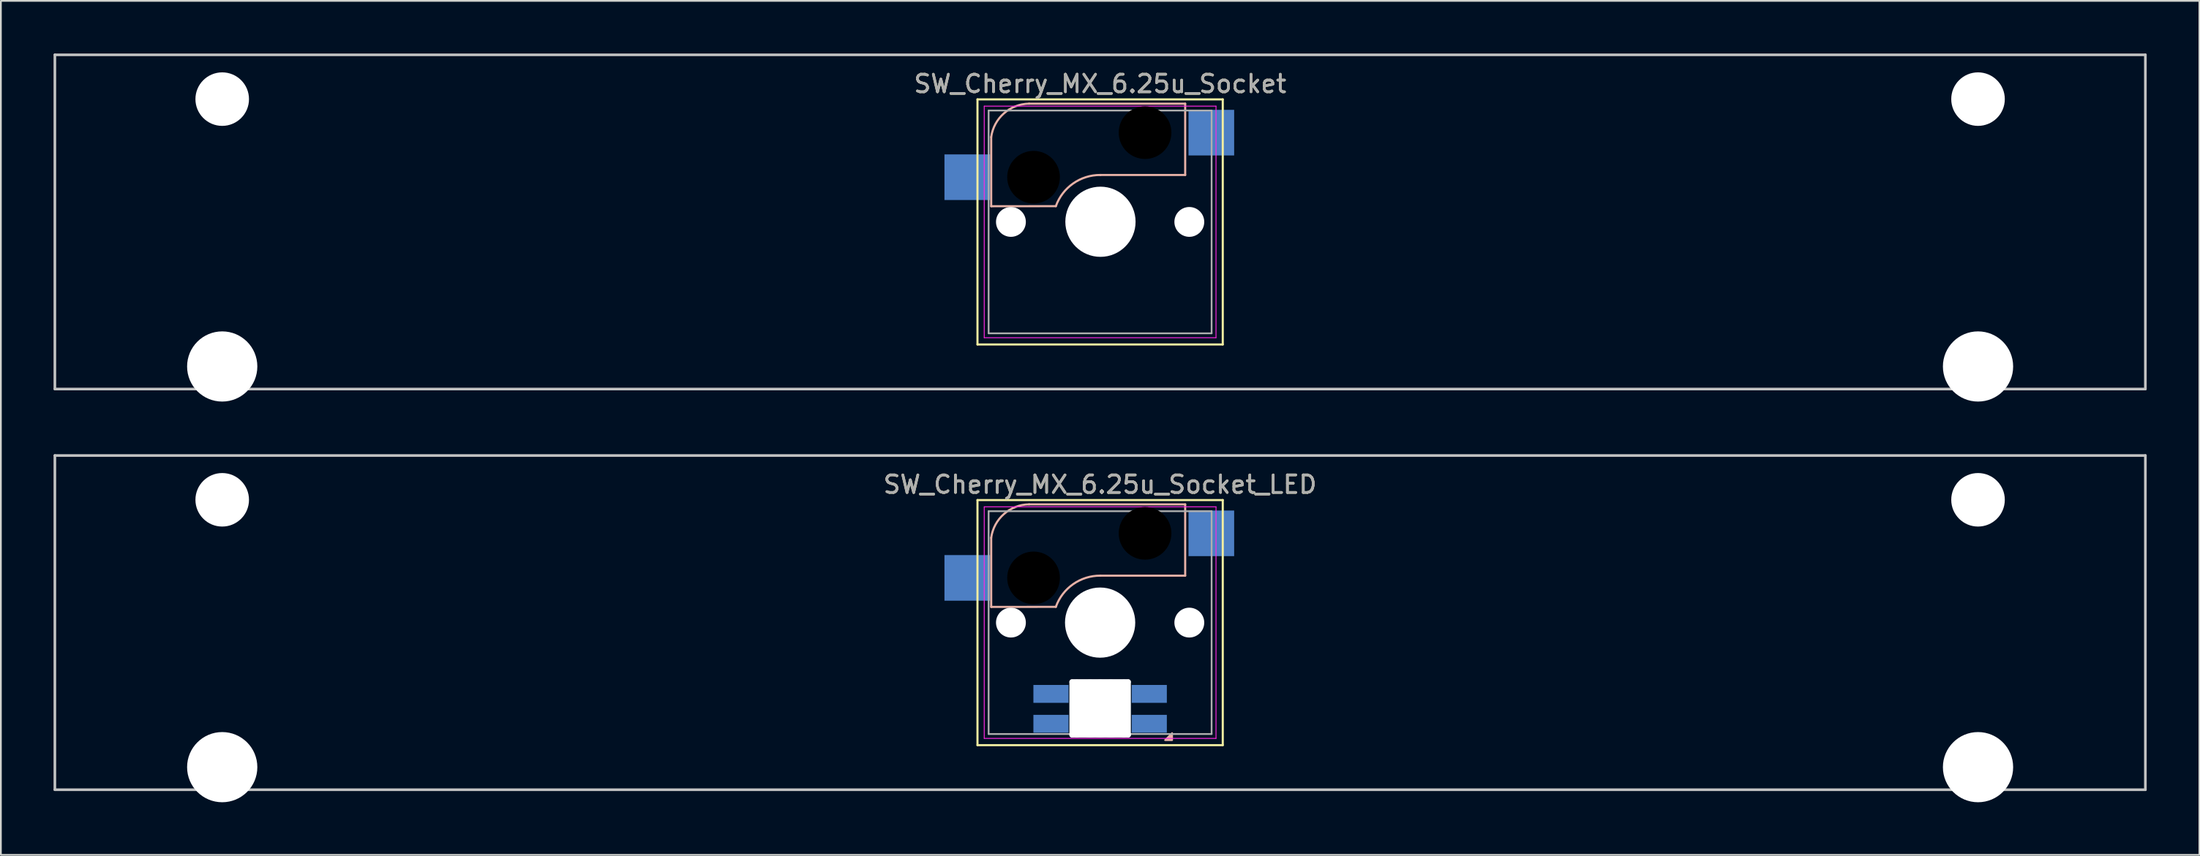
<source format=kicad_pcb>
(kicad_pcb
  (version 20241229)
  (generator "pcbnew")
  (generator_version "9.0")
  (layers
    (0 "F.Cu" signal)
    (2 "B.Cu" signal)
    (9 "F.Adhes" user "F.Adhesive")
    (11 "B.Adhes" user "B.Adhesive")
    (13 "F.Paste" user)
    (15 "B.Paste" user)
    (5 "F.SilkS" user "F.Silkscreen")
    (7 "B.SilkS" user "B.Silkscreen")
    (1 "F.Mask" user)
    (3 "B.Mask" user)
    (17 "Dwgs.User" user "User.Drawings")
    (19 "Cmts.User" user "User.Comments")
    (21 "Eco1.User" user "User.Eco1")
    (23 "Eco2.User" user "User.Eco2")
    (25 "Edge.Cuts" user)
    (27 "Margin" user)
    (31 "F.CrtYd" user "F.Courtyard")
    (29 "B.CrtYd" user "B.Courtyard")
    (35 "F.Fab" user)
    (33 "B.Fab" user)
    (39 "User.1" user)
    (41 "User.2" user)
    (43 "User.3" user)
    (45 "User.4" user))
  (footprint "SW_Cherry_MX_6.25u_Socket_LED"
    (layer "F.Cu")
    (at 62.146 27.36)
    (property "Reference" "SW_Cherry_MX_6.25u_Socket_LED" (at -2.54 -2.794 0) (layer "F.SilkS") (effects (font (size 1 1) (thickness 0.15))))
    (attr through_hole)
    (fp_line (start -9.525 -1.905) (end 4.445 -1.905) (stroke (width 0.12) (type solid)) (layer "F.SilkS"))
    (fp_line (start -9.525 12.065) (end -9.525 -1.905) (stroke (width 0.12) (type solid)) (layer "F.SilkS"))
    (fp_line (start 4.445 -1.905) (end 4.445 12.065) (stroke (width 0.12) (type solid)) (layer "F.SilkS"))
    (fp_line (start 4.445 12.065) (end -9.525 12.065) (stroke (width 0.12) (type solid)) (layer "F.SilkS"))
    (fp_line (start -8.744 4.186) (end -8.744 0.245) (stroke (width 0.12) (type solid)) (layer "B.SilkS"))
    (fp_line (start -8.744 4.186) (end -5.061 4.182) (stroke (width 0.12) (type solid)) (layer "B.SilkS"))
    (fp_line (start -2.521 2.404) (end 2.305 2.404) (stroke (width 0.12) (type solid)) (layer "B.SilkS"))
    (fp_line (start 2.305 -1.66) (end -6.585 -1.66) (stroke (width 0.12) (type solid)) (layer "B.SilkS"))
    (fp_line (start 2.305 2.404) (end 2.305 -1.66) (stroke (width 0.12) (type solid)) (layer "B.SilkS"))
    (fp_arc (start -8.74408 0.244744) (mid -8.018786 -1.10919) (end -6.58508 -1.660256) (stroke (width 0.12) (type solid)) (layer "B.SilkS"))
    (fp_arc (start -5.06108 4.181744) (mid -4.074771 2.887471) (end -2.52108 2.403744) (stroke (width 0.12) (type solid)) (layer "B.SilkS"))
    (fp_poly (pts (xy 1.56 11.38) (xy 1.56 11.78) (xy 1.16 11.78)) (stroke (width 0.1) (type solid)) (fill yes) (layer "B.SilkS"))
    (fp_line (start -62.071 -4.445) (end 56.991 -4.445) (stroke (width 0.15) (type solid)) (layer "Dwgs.User"))
    (fp_line (start -62.071 14.605) (end -62.071 -4.445) (stroke (width 0.15) (type solid)) (layer "Dwgs.User"))
    (fp_line (start 56.991 -4.445) (end 56.991 14.605) (stroke (width 0.15) (type solid)) (layer "Dwgs.User"))
    (fp_line (start 56.991 14.605) (end -62.071 14.605) (stroke (width 0.15) (type solid)) (layer "Dwgs.User"))
    (fp_line (start -9.14 -1.52) (end 4.06 -1.52) (stroke (width 0.05) (type solid)) (layer "F.CrtYd"))
    (fp_line (start -9.14 11.68) (end -9.14 -1.52) (stroke (width 0.05) (type solid)) (layer "F.CrtYd"))
    (fp_line (start 4.06 -1.52) (end 4.06 11.68) (stroke (width 0.05) (type solid)) (layer "F.CrtYd"))
    (fp_line (start 4.06 11.68) (end -9.14 11.68) (stroke (width 0.05) (type solid)) (layer "F.CrtYd"))
    (fp_line (start -8.89 -1.27) (end 3.81 -1.27) (stroke (width 0.1) (type solid)) (layer "F.Fab"))
    (fp_line (start -8.89 11.43) (end -8.89 -1.27) (stroke (width 0.1) (type solid)) (layer "F.Fab"))
    (fp_line (start 3.81 -1.27) (end 3.81 11.43) (stroke (width 0.1) (type solid)) (layer "F.Fab"))
    (fp_line (start 3.81 11.43) (end -8.89 11.43) (stroke (width 0.1) (type solid)) (layer "F.Fab"))
    (fp_text user "${REFERENCE}" (at -2.54 -2.794 0) (layer "F.Fab") (effects (font (size 1 1) (thickness 0.15))))
    (pad "" np_thru_hole circle (at -52.54 -1.92) (size 3.05 3.05) (drill 3.05) (layers "*.Cu" "*.Mask"))
    (pad "" np_thru_hole circle (at -52.54 13.32) (size 4 4) (drill 4) (layers "*.Cu" "*.Mask"))
    (pad "" np_thru_hole circle (at -7.62 5.08) (size 1.7 1.7) (drill 1.7) (layers "*.Cu" "*.Mask"))
    (pad "" np_thru_hole circle (at -6.331 2.531 180) (size 3 3) (drill 3) (layers "*.Mask"))
    (pad "" np_thru_hole oval (at -4.14 9.98 180) (size 0.3 3.3) (drill oval 0.3 3.3) (layers "*.Cu" "*.Mask"))
    (pad "" np_thru_hole oval (at -3.865 9.98 180) (size 0.5 3.3) (drill oval 0.5 3.3) (layers "*.Cu" "*.Mask"))
    (pad "" np_thru_hole oval (at -3.115 9.98 180) (size 1.7 3.3) (drill oval 1.7 3.3) (layers "*.Cu" "*.Mask"))
    (pad "" np_thru_hole circle (at -2.54 5.08 90) (size 4 4) (drill 4) (layers "*.Cu" "*.Mask"))
    (pad "" np_thru_hole oval (at -2.54 8.455 90) (size 0.3 3.5) (drill oval 0.3 3.5) (layers "*.Cu" "*.Mask"))
    (pad "" np_thru_hole oval (at -2.54 9.98 180) (size 1.7 3.3) (drill oval 1.7 3.3) (layers "*.Cu" "*.Mask"))
    (pad "" np_thru_hole oval (at -2.54 11.48 90) (size 0.3 3.5) (drill oval 0.3 3.5) (layers "*.Cu" "*.Mask"))
    (pad "" np_thru_hole oval (at -1.94 9.98 180) (size 1.65 3.3) (drill oval 1.65 3.3) (layers "*.Cu" "*.Mask"))
    (pad "" np_thru_hole oval (at -1.19 9.98) (size 0.5 3.3) (drill oval 0.5 3.3) (layers "*.Cu" "*.Mask"))
    (pad "" np_thru_hole oval (at -0.94 9.98 180) (size 0.3 3.3) (drill oval 0.3 3.3) (layers "*.Cu" "*.Mask"))
    (pad "" np_thru_hole circle (at 0.019 -0.009 180) (size 3 3) (drill 3) (layers "*.Mask"))
    (pad "" np_thru_hole circle (at 2.54 5.08) (size 1.7 1.7) (drill 1.7) (layers "*.Cu" "*.Mask"))
    (pad "" np_thru_hole circle (at 47.46 -1.92) (size 3.05 3.05) (drill 3.05) (layers "*.Cu" "*.Mask"))
    (pad "" np_thru_hole circle (at 47.46 13.32) (size 4 4) (drill 4) (layers "*.Cu" "*.Mask"))
    (pad "1" smd rect (at 3.794 -0.009 180) (size 2.6 2.6) (layers "B.Cu" "B.Mask" "B.Paste"))
    (pad "2" smd rect (at -10.106 2.531 180) (size 2.6 2.6) (layers "B.Cu" "B.Mask" "B.Paste"))
    (pad "3" smd rect (at -5.34 9.144 180) (size 2 1.02) (layers "B.Cu" "B.Mask" "B.Paste"))
    (pad "4" smd rect (at -5.34 10.848 180) (size 2 1.02) (layers "B.Cu" "B.Mask" "B.Paste"))
    (pad "5" smd rect (at 0.26 10.848 180) (size 2 1.02) (layers "B.Cu" "B.Mask" "B.Paste"))
    (pad "6" smd rect (at 0.26 9.144 180) (size 2 1.02) (layers "B.Cu" "B.Mask" "B.Paste")))
  (footprint "SW_Cherry_MX_6.25u_Socket"
    (layer "F.Cu")
    (at 62.146 4.52)
    (property "Reference" "SW_Cherry_MX_6.25u_Socket" (at -2.54 -2.794 0) (layer "F.SilkS") (effects (font (size 1 1) (thickness 0.15))))
    (attr through_hole)
    (fp_line (start -9.525 -1.905) (end 4.445 -1.905) (stroke (width 0.12) (type solid)) (layer "F.SilkS"))
    (fp_line (start -9.525 12.065) (end -9.525 -1.905) (stroke (width 0.12) (type solid)) (layer "F.SilkS"))
    (fp_line (start 4.445 -1.905) (end 4.445 12.065) (stroke (width 0.12) (type solid)) (layer "F.SilkS"))
    (fp_line (start 4.445 12.065) (end -9.525 12.065) (stroke (width 0.12) (type solid)) (layer "F.SilkS"))
    (fp_line (start -8.744 4.186) (end -8.744 0.245) (stroke (width 0.12) (type solid)) (layer "B.SilkS"))
    (fp_line (start -8.744 4.186) (end -5.061 4.182) (stroke (width 0.12) (type solid)) (layer "B.SilkS"))
    (fp_line (start -2.521 2.404) (end 2.305 2.404) (stroke (width 0.12) (type solid)) (layer "B.SilkS"))
    (fp_line (start 2.305 -1.66) (end -6.585 -1.66) (stroke (width 0.12) (type solid)) (layer "B.SilkS"))
    (fp_line (start 2.305 2.404) (end 2.305 -1.66) (stroke (width 0.12) (type solid)) (layer "B.SilkS"))
    (fp_arc (start -8.74408 0.244744) (mid -8.018786 -1.10919) (end -6.58508 -1.660256) (stroke (width 0.12) (type solid)) (layer "B.SilkS"))
    (fp_arc (start -5.06108 4.181744) (mid -4.074771 2.887471) (end -2.52108 2.403744) (stroke (width 0.12) (type solid)) (layer "B.SilkS"))
    (fp_line (start -62.071 -4.445) (end 56.991 -4.445) (stroke (width 0.15) (type solid)) (layer "Dwgs.User"))
    (fp_line (start -62.071 14.605) (end -62.071 -4.445) (stroke (width 0.15) (type solid)) (layer "Dwgs.User"))
    (fp_line (start 56.991 -4.445) (end 56.991 14.605) (stroke (width 0.15) (type solid)) (layer "Dwgs.User"))
    (fp_line (start 56.991 14.605) (end -62.071 14.605) (stroke (width 0.15) (type solid)) (layer "Dwgs.User"))
    (fp_line (start -9.14 -1.52) (end 4.06 -1.52) (stroke (width 0.05) (type solid)) (layer "F.CrtYd"))
    (fp_line (start -9.14 11.68) (end -9.14 -1.52) (stroke (width 0.05) (type solid)) (layer "F.CrtYd"))
    (fp_line (start 4.06 -1.52) (end 4.06 11.68) (stroke (width 0.05) (type solid)) (layer "F.CrtYd"))
    (fp_line (start 4.06 11.68) (end -9.14 11.68) (stroke (width 0.05) (type solid)) (layer "F.CrtYd"))
    (fp_line (start -8.89 -1.27) (end 3.81 -1.27) (stroke (width 0.1) (type solid)) (layer "F.Fab"))
    (fp_line (start -8.89 11.43) (end -8.89 -1.27) (stroke (width 0.1) (type solid)) (layer "F.Fab"))
    (fp_line (start 3.81 -1.27) (end 3.81 11.43) (stroke (width 0.1) (type solid)) (layer "F.Fab"))
    (fp_line (start 3.81 11.43) (end -8.89 11.43) (stroke (width 0.1) (type solid)) (layer "F.Fab"))
    (fp_text user "${REFERENCE}" (at -2.54 -2.794 0) (layer "F.Fab") (effects (font (size 1 1) (thickness 0.15))))
    (pad "" np_thru_hole circle (at -52.54 -1.92) (size 3.05 3.05) (drill 3.05) (layers "*.Cu" "*.Mask"))
    (pad "" np_thru_hole circle (at -52.54 13.32) (size 4 4) (drill 4) (layers "*.Cu" "*.Mask"))
    (pad "" np_thru_hole circle (at -7.62 5.08) (size 1.7 1.7) (drill 1.7) (layers "*.Cu" "*.Mask"))
    (pad "" np_thru_hole circle (at -6.331 2.531 180) (size 3 3) (drill 3) (layers "*.Mask"))
    (pad "" np_thru_hole circle (at -2.521 5.071 90) (size 4 4) (drill 4) (layers "*.Cu" "*.Mask"))
    (pad "" np_thru_hole circle (at 0.019 -0.009 180) (size 3 3) (drill 3) (layers "*.Mask"))
    (pad "" np_thru_hole circle (at 2.54 5.08) (size 1.7 1.7) (drill 1.7) (layers "*.Cu" "*.Mask"))
    (pad "" np_thru_hole circle (at 47.46 -1.92) (size 3.05 3.05) (drill 3.05) (layers "*.Cu" "*.Mask"))
    (pad "" np_thru_hole circle (at 47.46 13.32) (size 4 4) (drill 4) (layers "*.Cu" "*.Mask"))
    (pad "1" smd rect (at 3.794 -0.009 180) (size 2.6 2.6) (layers "B.Cu" "B.Mask" "B.Paste"))
    (pad "2" smd rect (at -10.106 2.531 180) (size 2.6 2.6) (layers "B.Cu" "B.Mask" "B.Paste")))
  (gr_rect
    (start -3 -3)
    (end 122.213 45.68)
    (stroke (width 0.1) (type default))
    (fill no)
    (layer "Edge.Cuts")))
</source>
